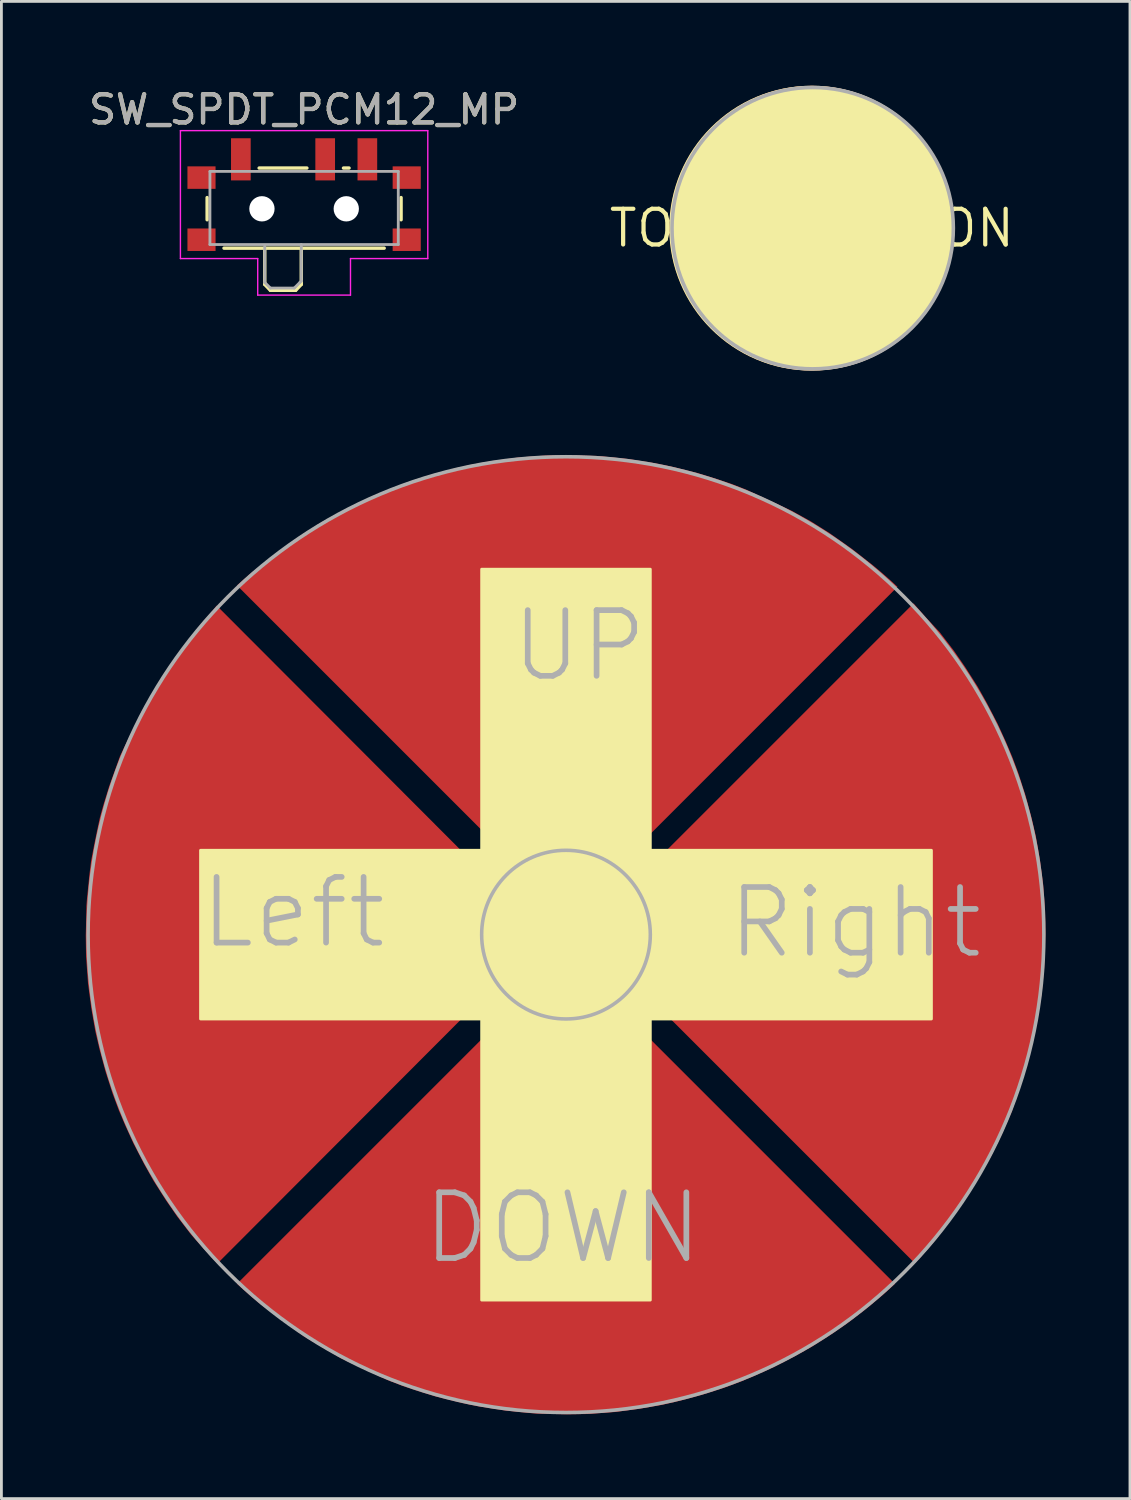
<source format=kicad_pcb>
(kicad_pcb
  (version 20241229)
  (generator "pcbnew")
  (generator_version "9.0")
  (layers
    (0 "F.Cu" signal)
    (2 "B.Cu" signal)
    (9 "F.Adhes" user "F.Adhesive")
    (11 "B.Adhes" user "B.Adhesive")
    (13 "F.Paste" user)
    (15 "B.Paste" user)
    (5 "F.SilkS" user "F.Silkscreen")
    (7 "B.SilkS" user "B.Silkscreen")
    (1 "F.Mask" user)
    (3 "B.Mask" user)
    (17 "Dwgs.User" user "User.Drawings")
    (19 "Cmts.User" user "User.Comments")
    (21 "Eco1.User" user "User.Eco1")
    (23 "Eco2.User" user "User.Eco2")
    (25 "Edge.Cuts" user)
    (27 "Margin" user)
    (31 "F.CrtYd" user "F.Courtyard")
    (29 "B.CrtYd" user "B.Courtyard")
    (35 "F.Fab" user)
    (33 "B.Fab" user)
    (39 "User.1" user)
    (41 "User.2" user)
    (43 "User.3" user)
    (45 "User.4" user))
  (footprint "TOUCH_BUTTON"
    (layer "F.Cu")
    (at 25.83 5.067)
    (property "Reference" "TOUCH_BUTTON" (at 0 0 0) (layer "F.SilkS") (effects (font (size 1.27 1.27) (thickness 0.15))))
    (fp_circle (center -0.004 0) (end 5 0) (stroke (width 0.127) (type solid)) (fill yes) (layer "F.SilkS"))
    (fp_circle (center 0.03 0) (end 5.034 0) (stroke (width 0.127) (type solid)) (fill no) (layer "F.Fab"))
    (pad "1" smd circle (at 0 0 180) (size 10.127 10.127) (layers "F.Cu")))
  (footprint "TOUCH_CROSS"
    (layer "F.Cu")
    (at 17.084 30.198)
    (property "Reference" "TOUCH_CROSS" (at 0 0 0) (layer "F.SilkS") (effects (font (size 1.27 1.27) (thickness 0.15))))
    (fp_poly (pts (xy 3 -3) (xy 13 -3) (xy 13 3) (xy 3 3) (xy 3 13) (xy -3 13) (xy -3 3) (xy -13 3) (xy -13 -3) (xy -3 -3) (xy -3 -13) (xy 3 -13)) (stroke (width 0.1) (type solid)) (fill yes) (layer "F.SilkS"))
    (fp_poly (pts (xy 3 0) (xy 2.98 -0.348) (xy 2.919 -0.692) (xy 2.819 -1.026) (xy 2.681 -1.346) (xy 2.506 -1.649) (xy 2.298 -1.928) (xy 2.059 -2.182) (xy 1.791 -2.406) (xy 1.5 -2.598) (xy 1.188 -2.755) (xy 0.86 -2.874) (xy 0.521 -2.954) (xy 0.174 -2.995) (xy -0.174 -2.995) (xy -0.521 -2.954) (xy -0.86 -2.874) (xy -1.188 -2.755) (xy -1.5 -2.598) (xy -1.791 -2.406) (xy -2.059 -2.182) (xy -2.298 -1.928) (xy -2.506 -1.649) (xy -2.681 -1.346) (xy -2.819 -1.026) (xy -2.919 -0.692) (xy -2.98 -0.348) (xy -3 0) (xy -2.98 0.348) (xy -2.919 0.692) (xy -2.819 1.026) (xy -2.681 1.346) (xy -2.506 1.649) (xy -2.298 1.928) (xy -2.059 2.182) (xy -1.791 2.406) (xy -1.5 2.598) (xy -1.188 2.755) (xy -0.86 2.874) (xy -0.521 2.954) (xy -0.174 2.995) (xy 0.174 2.995) (xy 0.521 2.954) (xy 0.86 2.874) (xy 1.188 2.755) (xy 1.5 2.598) (xy 1.791 2.406) (xy 2.059 2.182) (xy 2.298 1.928) (xy 2.506 1.649) (xy 2.681 1.346) (xy 2.819 1.026) (xy 2.919 0.692) (xy 2.98 0.348) (xy 3 0)) (stroke (width 0.1) (type solid)) (fill no) (layer "F.SilkS"))
    (fp_circle (center 0 0) (end 3 0) (stroke (width 0.127) (type solid)) (fill no) (layer "F.Fab"))
    (fp_circle (center 0 0) (end 17 0) (stroke (width 0.127) (type solid)) (fill no) (layer "F.Fab"))
    (fp_text user "Left" (at -13.12 0.58 0) (unlocked yes) (layer "F.Fab") (effects (font (size 2.337 2.337) (thickness 0.203)) (justify left bottom)))
    (fp_text user "UP" (at -2.05 -8.91 0) (unlocked yes) (layer "F.Fab") (effects (font (size 2.337 2.337) (thickness 0.203)) (justify left bottom)))
    (fp_text user "Right " (at 5.65 0.94 0) (unlocked yes) (layer "F.Fab") (effects (font (size 2.337 2.337) (thickness 0.203)) (justify left bottom)))
    (fp_text user "DOWN" (at -5.2 11.8 0) (unlocked yes) (layer "F.Fab") (effects (font (size 2.337 2.337) (thickness 0.203)) (justify left bottom)))
    (pad "1" smd custom (at 0.02 -16.6) (size 1.27 0.635) (layers "F.Cu") (options (anchor rect)) (primitives (gr_poly (pts (xy 0.811 -0.433) (xy 1.043 -0.431) (xy 1.276 -0.413) (xy 2.168 -0.323) (xy 3.131 -0.173) (xy 3.724 -0.052) (xy 4.657 0.179) (xy 4.984 0.28) (xy 4.984 0.28) (xy 5.309 0.38) (xy 5.856 0.562) (xy 6.395 0.772) (xy 8.009 1.523) (xy 8.694 1.901) (xy 9.355 2.317) (xy 10.147 2.875) (xy 10.91 3.471) (xy 11.245 3.753) (xy 11.573 4.043) (xy 11.771 4.228) (xy 2.036 13.964) (xy 1.876 14.134) (xy 1.752 14.258) (xy 1.603 14.122) (xy 1.234 13.928) (xy 0.931 13.811) (xy 0.657 13.742) (xy 0.273 13.683) (xy -0.138 13.654) (xy -0.578 13.712) (xy -1.019 13.82) (xy -1.34 13.966) (xy -1.71 14.19) (xy -11.723 4.177) (xy -11.25 3.761) (xy -10.649 3.3) (xy -10.649 3.3) (xy -9.998 2.799) (xy -9.416 2.377) (xy -8.722 1.935) (xy -8.149 1.634) (xy -7.398 1.243) (xy -6.736 0.942) (xy -6.213 0.721) (xy -5.621 0.5) (xy -4.838 0.249) (xy -4.056 0.038) (xy -3.413 -0.112) (xy -2.61 -0.253) (xy -1.707 -0.373) (xy -0.743 -0.443) (xy 0.000355 -0.454)) (width 0) (fill yes))))
    (pad "2" smd custom (at 16.6 -0.06 90) (size 1.27 0.635) (layers "F.Cu") (options (anchor rect)) (primitives (gr_poly (pts (xy 11.263 -3.833) (xy 10.691 -3.301) (xy 10.037 -2.799) (xy 9.455 -2.397) (xy 8.763 -1.956) (xy 8.19 -1.634) (xy 7.438 -1.243) (xy 6.776 -0.942) (xy 6.253 -0.721) (xy 5.661 -0.5) (xy 4.878 -0.249) (xy 4.096 -0.038) (xy 3.453 0.112) (xy 2.65 0.253) (xy 1.747 0.373) (xy 0.783 0.443) (xy 0.04 0.454) (xy -0.772 0.433) (xy -1.235 0.413) (xy -1.681 0.367) (xy -2.128 0.323) (xy -3.091 0.172) (xy -3.387 0.11) (xy -3.684 0.052) (xy -4.617 -0.179) (xy -5.269 -0.38) (xy -6.353 -0.741) (xy -7.169 -1.101) (xy -7.97 -1.494) (xy -9.315 -2.287) (xy -10.879 -3.42) (xy -11.215 -3.703) (xy -11.543 -3.993) (xy -11.751 -4.189) (xy -2.016 -13.924) (xy -1.854 -14.106) (xy -1.756 -14.188) (xy -1.589 -14.086) (xy -1.195 -13.889) (xy -0.892 -13.781) (xy -0.618 -13.713) (xy -0.227 -13.664) (xy 0.175 -13.673) (xy 0.617 -13.732) (xy 1.048 -13.86) (xy 1.37 -14.006) (xy 1.729 -14.231) (xy 11.723 -4.237)) (width 0) (fill yes))))
    (pad "3" smd custom (at 0.03 16.57) (size 1.27 0.635) (layers "F.Cu") (options (anchor rect)) (primitives (gr_poly (pts (xy -1.606 -14.084) (xy -1.234 -13.888) (xy -0.931 -13.771) (xy -0.657 -13.702) (xy -0.274 -13.643) (xy 0.137 -13.634) (xy 0.577 -13.692) (xy 1.008 -13.82) (xy 1.331 -13.966) (xy 1.66 -14.16) (xy 11.672 -4.148) (xy 11.262 -3.772) (xy 10.65 -3.26) (xy 9.997 -2.759) (xy 9.415 -2.357) (xy 8.723 -1.916) (xy 8.15 -1.594) (xy 7.398 -1.203) (xy 6.736 -0.902) (xy 6.213 -0.681) (xy 5.621 -0.46) (xy 4.838 -0.209) (xy 4.056 0.002) (xy 3.413 0.152) (xy 2.61 0.293) (xy 1.707 0.413) (xy 0.743 0.483) (xy -0.000355 0.494) (xy -0.811 0.473) (xy -1.043 0.471) (xy -1.276 0.453) (xy -2.168 0.363) (xy -3.131 0.213) (xy -3.724 0.092) (xy -4.657 -0.139) (xy -4.984 -0.24) (xy -4.984 -0.24) (xy -5.309 -0.34) (xy -5.856 -0.522) (xy -6.395 -0.732) (xy -8.01 -1.484) (xy -9.355 -2.277) (xy -10.909 -3.43) (xy -11.245 -3.713) (xy -11.572 -4.003) (xy -11.732 -4.148) (xy -1.996 -13.884) (xy -1.836 -14.064) (xy -1.726 -14.174)) (width 0) (fill yes))))
    (pad "4" smd custom (at -16.59 0.02 90) (size 1.27 0.635) (layers "F.Cu") (options (anchor rect)) (primitives (gr_poly (pts (xy 1.986 13.884) (xy 1.826 14.064) (xy 1.716 14.174) (xy 1.596 14.084) (xy 1.224 13.888) (xy 0.921 13.771) (xy 0.647 13.702) (xy 0.264 13.643) (xy -0.147 13.634) (xy -0.587 13.692) (xy -1.018 13.82) (xy -1.34 13.966) (xy -1.68 14.17) (xy -11.682 4.188) (xy -11.253 3.793) (xy -10.661 3.261) (xy -10.007 2.759) (xy -9.425 2.357) (xy -8.733 1.916) (xy -8.16 1.594) (xy -7.408 1.203) (xy -6.746 0.902) (xy -6.223 0.681) (xy -5.631 0.46) (xy -4.848 0.209) (xy -4.066 -0.002) (xy -3.423 -0.152) (xy -2.62 -0.293) (xy -1.717 -0.413) (xy -0.753 -0.483) (xy -0.01 -0.494) (xy 0.801 -0.473) (xy 1.033 -0.471) (xy 1.266 -0.453) (xy 2.157 -0.363) (xy 2.642 -0.303) (xy 3.122 -0.212) (xy 3.713 -0.092) (xy 4.184 0.01) (xy 4.648 0.139) (xy 4.974 0.24) (xy 4.974 0.24) (xy 5.3 0.34) (xy 6.385 0.731) (xy 7.99 1.514) (xy 9.335 2.307) (xy 10.879 3.45) (xy 11.215 3.733) (xy 11.54 4.021) (xy 11.726 4.164)) (width 0) (fill yes)))))
  (footprint "SW_SPDT_PCM12_MP"
    (layer "F.Cu")
    (at 7.768 4.048)
    (property "Reference" "SW_SPDT_PCM12_MP" (at 0 -3.2 0) (layer "F.SilkS") (effects (font (size 1 1) (thickness 0.15))))
    (attr smd)
    (fp_line (start -3.45 -0.07) (end -3.45 0.72) (stroke (width 0.12) (type solid)) (layer "F.SilkS"))
    (fp_line (start -2.85 1.73) (end 2.85 1.73) (stroke (width 0.12) (type solid)) (layer "F.SilkS"))
    (fp_line (start -1.6 -1.12) (end 0.1 -1.12) (stroke (width 0.12) (type solid)) (layer "F.SilkS"))
    (fp_line (start -1.4 1.73) (end -1.4 3.02) (stroke (width 0.12) (type solid)) (layer "F.SilkS"))
    (fp_line (start -1.4 3.02) (end -1.2 3.23) (stroke (width 0.12) (type solid)) (layer "F.SilkS"))
    (fp_line (start -1.2 3.23) (end -0.3 3.23) (stroke (width 0.12) (type solid)) (layer "F.SilkS"))
    (fp_line (start -0.1 3.02) (end -0.3 3.23) (stroke (width 0.12) (type solid)) (layer "F.SilkS"))
    (fp_line (start -0.1 3.02) (end -0.1 1.73) (stroke (width 0.12) (type solid)) (layer "F.SilkS"))
    (fp_line (start 1.4 -1.12) (end 1.6 -1.12) (stroke (width 0.12) (type solid)) (layer "F.SilkS"))
    (fp_line (start 3.45 0.72) (end 3.45 -0.07) (stroke (width 0.12) (type solid)) (layer "F.SilkS"))
    (fp_line (start -4.4 -2.45) (end 4.4 -2.45) (stroke (width 0.05) (type solid)) (layer "F.CrtYd"))
    (fp_line (start -4.4 2.1) (end -4.4 -2.45) (stroke (width 0.05) (type solid)) (layer "F.CrtYd"))
    (fp_line (start -1.65 2.1) (end -4.4 2.1) (stroke (width 0.05) (type solid)) (layer "F.CrtYd"))
    (fp_line (start -1.65 3.4) (end -1.65 2.1) (stroke (width 0.05) (type solid)) (layer "F.CrtYd"))
    (fp_line (start 1.65 2.1) (end 1.65 3.4) (stroke (width 0.05) (type solid)) (layer "F.CrtYd"))
    (fp_line (start 1.65 3.4) (end -1.65 3.4) (stroke (width 0.05) (type solid)) (layer "F.CrtYd"))
    (fp_line (start 4.4 -2.45) (end 4.4 2.1) (stroke (width 0.05) (type solid)) (layer "F.CrtYd"))
    (fp_line (start 4.4 2.1) (end 1.65 2.1) (stroke (width 0.05) (type solid)) (layer "F.CrtYd"))
    (fp_line (start -3.35 -1) (end -3.35 1.6) (stroke (width 0.1) (type solid)) (layer "F.Fab"))
    (fp_line (start -3.35 1.6) (end 3.35 1.6) (stroke (width 0.1) (type solid)) (layer "F.Fab"))
    (fp_line (start -1.4 1.65) (end -1.4 2.95) (stroke (width 0.1) (type solid)) (layer "F.Fab"))
    (fp_line (start -1.4 2.95) (end -1.2 3.15) (stroke (width 0.1) (type solid)) (layer "F.Fab"))
    (fp_line (start -1.2 3.15) (end -0.35 3.15) (stroke (width 0.1) (type solid)) (layer "F.Fab"))
    (fp_line (start -0.35 3.15) (end -0.15 2.95) (stroke (width 0.1) (type solid)) (layer "F.Fab"))
    (fp_line (start -0.15 2.95) (end -0.1 2.9) (stroke (width 0.1) (type solid)) (layer "F.Fab"))
    (fp_line (start -0.1 2.9) (end -0.1 1.6) (stroke (width 0.1) (type solid)) (layer "F.Fab"))
    (fp_line (start 3.35 -1) (end -3.35 -1) (stroke (width 0.1) (type solid)) (layer "F.Fab"))
    (fp_line (start 3.35 1.6) (end 3.35 -1) (stroke (width 0.1) (type solid)) (layer "F.Fab"))
    (fp_text user "${REFERENCE}" (at 0 -3.2 0) (layer "F.Fab") (effects (font (size 1 1) (thickness 0.15))))
    (pad "" np_thru_hole circle (at -1.5 0.33) (size 0.9 0.9) (drill 0.9) (layers "*.Cu" "*.Mask"))
    (pad "" np_thru_hole circle (at 1.5 0.33) (size 0.9 0.9) (drill 0.9) (layers "*.Cu" "*.Mask"))
    (pad "1" smd rect (at -2.25 -1.43) (size 0.7 1.5) (layers "F.Cu" "F.Mask" "F.Paste"))
    (pad "2" smd rect (at 0.75 -1.43) (size 0.7 1.5) (layers "F.Cu" "F.Mask" "F.Paste"))
    (pad "3" smd rect (at 2.25 -1.43) (size 0.7 1.5) (layers "F.Cu" "F.Mask" "F.Paste"))
    (pad "MP" smd rect (at -3.65 -0.78) (size 1 0.8) (layers "F.Cu" "F.Mask" "F.Paste"))
    (pad "MP" smd rect (at -3.65 1.43) (size 1 0.8) (layers "F.Cu" "F.Mask" "F.Paste"))
    (pad "MP" smd rect (at 3.65 -0.78) (size 1 0.8) (layers "F.Cu" "F.Mask" "F.Paste"))
    (pad "MP" smd rect (at 3.65 1.43) (size 1 0.8) (layers "F.Cu" "F.Mask" "F.Paste")))
  (gr_rect
    (start -3 -3)
    (end 37.147 50.261)
    (stroke (width 0.1) (type default))
    (fill no)
    (layer "Edge.Cuts")))
</source>
